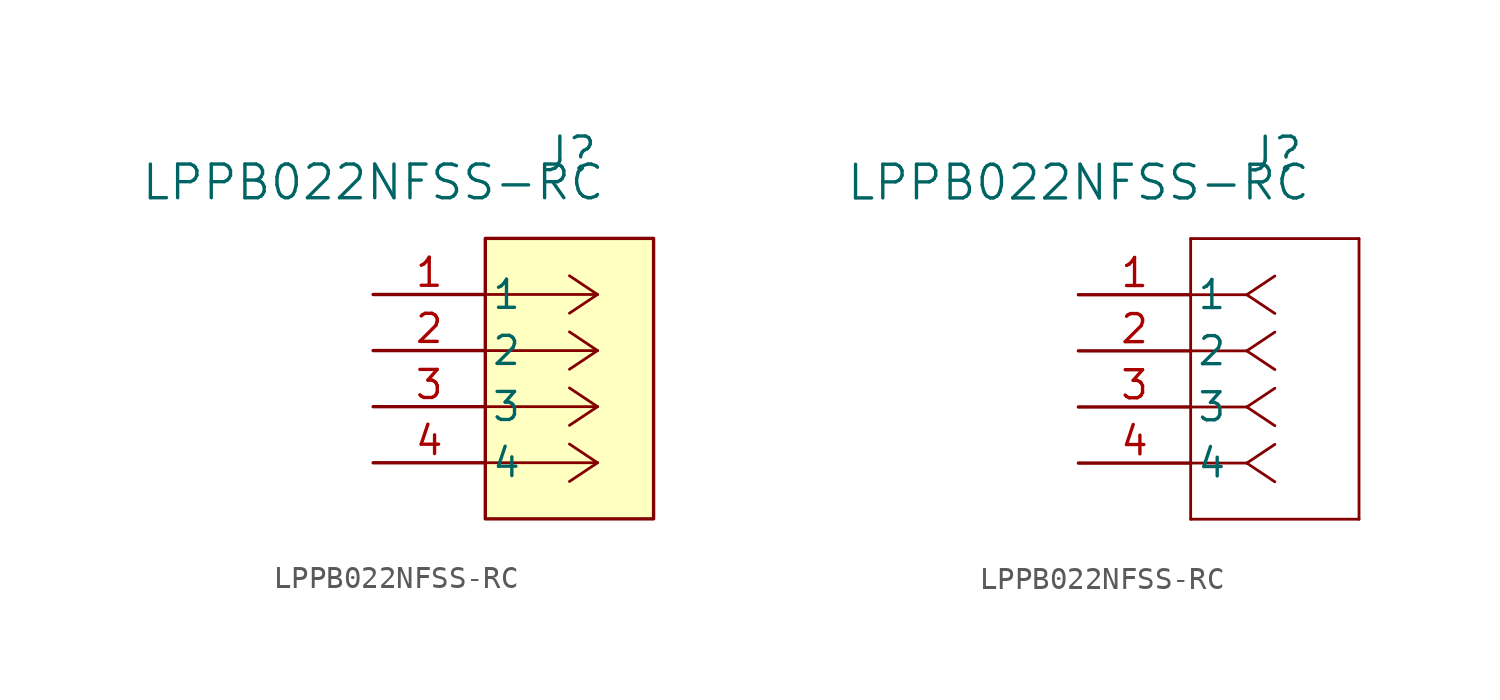
<source format=kicad_sym>
(kicad_symbol_lib
  (version 20220914)
  (generator kicad_symbol_editor)
  (symbol "LPPB022NFSS-RC"
    (pin_names
      (offset 0.254))
    (property "Reference" "J"
      (at 8.89 6.35 0)
      (effects (font (size 1.524 1.524))))
    (property "Value" "LPPB022NFSS-RC"
      (at 0 5.08 0)
      (effects (font (size 1.524 1.524))))
    (property "ki_locked" ""
      (at 0 0 0)
      (effects (font (size 1.27 1.27))))
    (symbol "LPPB022NFSS-RC_1_1"
      (polyline (pts (xy 10.16 -7.62) (xy 5.08 -7.62)) (stroke (width 0.127) (type default)) (fill (type none)))
      (polyline (pts (xy 10.16 -7.62) (xy 8.89 -8.467)) (stroke (width 0.127) (type default)) (fill (type none)))
      (polyline (pts (xy 10.16 -7.62) (xy 8.89 -6.773)) (stroke (width 0.127) (type default)) (fill (type none)))
      (polyline (pts (xy 10.16 -5.08) (xy 5.08 -5.08)) (stroke (width 0.127) (type default)) (fill (type none)))
      (polyline (pts (xy 10.16 -5.08) (xy 8.89 -5.927)) (stroke (width 0.127) (type default)) (fill (type none)))
      (polyline (pts (xy 10.16 -5.08) (xy 8.89 -4.233)) (stroke (width 0.127) (type default)) (fill (type none)))
      (polyline (pts (xy 10.16 -2.54) (xy 5.08 -2.54)) (stroke (width 0.127) (type default)) (fill (type none)))
      (polyline (pts (xy 10.16 -2.54) (xy 8.89 -3.387)) (stroke (width 0.127) (type default)) (fill (type none)))
      (polyline (pts (xy 10.16 -2.54) (xy 8.89 -1.693)) (stroke (width 0.127) (type default)) (fill (type none)))
      (polyline (pts (xy 10.16 0) (xy 5.08 0)) (stroke (width 0.127) (type default)) (fill (type none)))
      (polyline (pts (xy 10.16 0) (xy 8.89 -0.847)) (stroke (width 0.127) (type default)) (fill (type none)))
      (polyline (pts (xy 10.16 0) (xy 8.89 0.847)) (stroke (width 0.127) (type default)) (fill (type none)))
      (rectangle (start 5.08 2.54) (end 12.7 -10.16) (stroke (width 0) (type default)) (fill (type background)))
      (pin passive line (at 0 0 0) (length 5.08) (name "1" (effects (font (size 1.27 1.27)))) (number "1" (effects (font (size 1.27 1.27)))))
      (pin passive line (at 0 -2.54 0) (length 5.08) (name "2" (effects (font (size 1.27 1.27)))) (number "2" (effects (font (size 1.27 1.27)))))
      (pin passive line (at 0 -5.08 0) (length 5.08) (name "3" (effects (font (size 1.27 1.27)))) (number "3" (effects (font (size 1.27 1.27)))))
      (pin passive line (at 0 -7.62 0) (length 5.08) (name "4" (effects (font (size 1.27 1.27)))) (number "4" (effects (font (size 1.27 1.27))))))
    (symbol "LPPB022NFSS-RC_1_2"
      (polyline (pts (xy 5.08 -10.16) (xy 12.7 -10.16)) (stroke (width 0.127) (type default)) (fill (type none)))
      (polyline (pts (xy 5.08 2.54) (xy 5.08 -10.16)) (stroke (width 0.127) (type default)) (fill (type none)))
      (polyline (pts (xy 7.62 -7.62) (xy 5.08 -7.62)) (stroke (width 0.127) (type default)) (fill (type none)))
      (polyline (pts (xy 7.62 -7.62) (xy 8.89 -8.467)) (stroke (width 0.127) (type default)) (fill (type none)))
      (polyline (pts (xy 7.62 -7.62) (xy 8.89 -6.773)) (stroke (width 0.127) (type default)) (fill (type none)))
      (polyline (pts (xy 7.62 -5.08) (xy 5.08 -5.08)) (stroke (width 0.127) (type default)) (fill (type none)))
      (polyline (pts (xy 7.62 -5.08) (xy 8.89 -5.927)) (stroke (width 0.127) (type default)) (fill (type none)))
      (polyline (pts (xy 7.62 -5.08) (xy 8.89 -4.233)) (stroke (width 0.127) (type default)) (fill (type none)))
      (polyline (pts (xy 7.62 -2.54) (xy 5.08 -2.54)) (stroke (width 0.127) (type default)) (fill (type none)))
      (polyline (pts (xy 7.62 -2.54) (xy 8.89 -3.387)) (stroke (width 0.127) (type default)) (fill (type none)))
      (polyline (pts (xy 7.62 -2.54) (xy 8.89 -1.693)) (stroke (width 0.127) (type default)) (fill (type none)))
      (polyline (pts (xy 7.62 0) (xy 5.08 0)) (stroke (width 0.127) (type default)) (fill (type none)))
      (polyline (pts (xy 7.62 0) (xy 8.89 -0.847)) (stroke (width 0.127) (type default)) (fill (type none)))
      (polyline (pts (xy 7.62 0) (xy 8.89 0.847)) (stroke (width 0.127) (type default)) (fill (type none)))
      (polyline (pts (xy 12.7 -10.16) (xy 12.7 2.54)) (stroke (width 0.127) (type default)) (fill (type none)))
      (polyline (pts (xy 12.7 2.54) (xy 5.08 2.54)) (stroke (width 0.127) (type default)) (fill (type none)))
      (pin unspecified line (at 0 0 0) (length 5.08) (name "1" (effects (font (size 1.27 1.27)))) (number "1" (effects (font (size 1.27 1.27)))))
      (pin unspecified line (at 0 -2.54 0) (length 5.08) (name "2" (effects (font (size 1.27 1.27)))) (number "2" (effects (font (size 1.27 1.27)))))
      (pin unspecified line (at 0 -5.08 0) (length 5.08) (name "3" (effects (font (size 1.27 1.27)))) (number "3" (effects (font (size 1.27 1.27)))))
      (pin unspecified line (at 0 -7.62 0) (length 5.08) (name "4" (effects (font (size 1.27 1.27)))) (number "4" (effects (font (size 1.27 1.27))))))))
</source>
